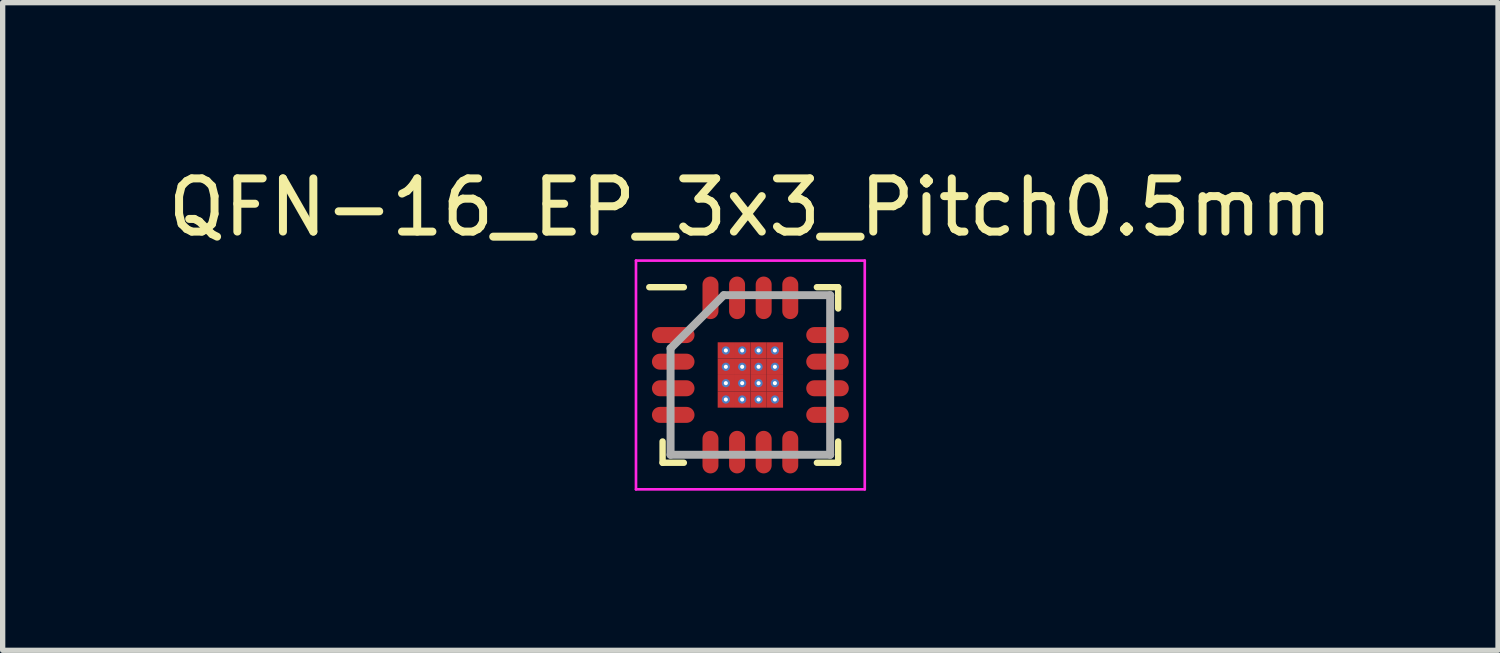
<source format=kicad_pcb>
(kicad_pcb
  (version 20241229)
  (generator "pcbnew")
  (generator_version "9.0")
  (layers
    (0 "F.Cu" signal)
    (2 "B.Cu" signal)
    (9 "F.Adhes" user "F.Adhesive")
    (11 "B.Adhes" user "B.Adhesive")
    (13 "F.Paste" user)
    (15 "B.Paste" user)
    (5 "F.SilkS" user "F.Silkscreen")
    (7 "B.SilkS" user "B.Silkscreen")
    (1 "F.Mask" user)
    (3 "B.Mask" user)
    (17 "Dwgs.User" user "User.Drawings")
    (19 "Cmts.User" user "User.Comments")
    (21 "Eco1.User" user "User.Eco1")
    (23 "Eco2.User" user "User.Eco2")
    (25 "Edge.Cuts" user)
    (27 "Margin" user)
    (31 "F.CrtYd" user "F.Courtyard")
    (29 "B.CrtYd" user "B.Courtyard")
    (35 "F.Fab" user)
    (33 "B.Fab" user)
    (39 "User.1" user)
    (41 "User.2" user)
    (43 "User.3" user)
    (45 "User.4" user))
  (footprint "QFN-16_EP_3x3_Pitch0.5mm"
    (layer "F.Cu")
    (at 11.054 3.998)
    (property "Reference" "QFN-16_EP_3x3_Pitch0.5mm" (at 0 -3.15 0) (layer "F.SilkS") (effects (font (size 1 1) (thickness 0.15))))
    (attr through_hole)
    (fp_line (start -1.65 1.65) (end -1.65 1.25) (stroke (width 0.12) (type solid)) (layer "F.SilkS"))
    (fp_line (start -1.25 -1.65) (end -1.9 -1.65) (stroke (width 0.12) (type solid)) (layer "F.SilkS"))
    (fp_line (start -1.25 1.65) (end -1.65 1.65) (stroke (width 0.12) (type solid)) (layer "F.SilkS"))
    (fp_line (start 1.25 -1.65) (end 1.65 -1.65) (stroke (width 0.12) (type solid)) (layer "F.SilkS"))
    (fp_line (start 1.25 1.65) (end 1.65 1.65) (stroke (width 0.12) (type solid)) (layer "F.SilkS"))
    (fp_line (start 1.65 -1.65) (end 1.65 -1.25) (stroke (width 0.12) (type solid)) (layer "F.SilkS"))
    (fp_line (start 1.65 1.65) (end 1.65 1.25) (stroke (width 0.12) (type solid)) (layer "F.SilkS"))
    (fp_line (start -2.15 -2.15) (end 2.15 -2.15) (stroke (width 0.05) (type solid)) (layer "F.CrtYd"))
    (fp_line (start -2.15 2.15) (end -2.15 -2.15) (stroke (width 0.05) (type solid)) (layer "F.CrtYd"))
    (fp_line (start 2.15 -2.15) (end 2.15 2.15) (stroke (width 0.05) (type solid)) (layer "F.CrtYd"))
    (fp_line (start 2.15 2.15) (end -2.15 2.15) (stroke (width 0.05) (type solid)) (layer "F.CrtYd"))
    (fp_line (start -1.5 -0.5) (end -1.5 1.5) (stroke (width 0.15) (type solid)) (layer "F.Fab"))
    (fp_line (start -1.5 1.5) (end 1.5 1.5) (stroke (width 0.15) (type solid)) (layer "F.Fab"))
    (fp_line (start -0.5 -1.5) (end -1.5 -0.5) (stroke (width 0.15) (type solid)) (layer "F.Fab"))
    (fp_line (start 1.5 -1.5) (end -0.5 -1.5) (stroke (width 0.15) (type solid)) (layer "F.Fab"))
    (fp_line (start 1.5 1.5) (end 1.5 -1.5) (stroke (width 0.15) (type solid)) (layer "F.Fab"))
    (pad "1" smd oval (at -1.45 -0.75 90) (size 0.3 0.8) (layers "F.Cu" "F.Mask" "F.Paste"))
    (pad "2" smd oval (at -1.45 -0.25 90) (size 0.3 0.8) (layers "F.Cu" "F.Mask" "F.Paste"))
    (pad "3" smd oval (at -1.45 0.25 90) (size 0.3 0.8) (layers "F.Cu" "F.Mask" "F.Paste"))
    (pad "4" smd oval (at -1.45 0.75 90) (size 0.3 0.8) (layers "F.Cu" "F.Mask" "F.Paste"))
    (pad "5" smd oval (at -0.75 1.45) (size 0.3 0.8) (layers "F.Cu" "F.Mask" "F.Paste"))
    (pad "6" smd oval (at -0.25 1.45) (size 0.3 0.8) (layers "F.Cu" "F.Mask" "F.Paste"))
    (pad "7" smd oval (at 0.25 1.45) (size 0.3 0.8) (layers "F.Cu" "F.Mask" "F.Paste"))
    (pad "8" smd oval (at 0.75 1.45) (size 0.3 0.8) (layers "F.Cu" "F.Mask" "F.Paste"))
    (pad "9" smd oval (at 1.45 0.75 90) (size 0.3 0.8) (layers "F.Cu" "F.Mask" "F.Paste"))
    (pad "10" smd oval (at 1.45 0.25 90) (size 0.3 0.8) (layers "F.Cu" "F.Mask" "F.Paste"))
    (pad "11" smd oval (at 1.45 -0.25 90) (size 0.3 0.8) (layers "F.Cu" "F.Mask" "F.Paste"))
    (pad "12" smd oval (at 1.45 -0.75 90) (size 0.3 0.8) (layers "F.Cu" "F.Mask" "F.Paste"))
    (pad "13" smd oval (at 0.75 -1.45) (size 0.3 0.8) (layers "F.Cu" "F.Mask" "F.Paste"))
    (pad "14" smd oval (at 0.25 -1.45) (size 0.3 0.8) (layers "F.Cu" "F.Mask" "F.Paste"))
    (pad "15" smd oval (at -0.25 -1.45) (size 0.3 0.8) (layers "F.Cu" "F.Mask" "F.Paste"))
    (pad "16" smd oval (at -0.75 -1.45) (size 0.3 0.8) (layers "F.Cu" "F.Mask" "F.Paste"))
    (pad "17" thru_hole circle (at -0.461 -0.461) (size 0.154 0.154) (drill 0.077) (layers "*.Cu" "*.Mask"))
    (pad "17" smd rect (at -0.461 -0.461) (size 0.307 0.307) (layers "F.Cu" "F.Mask" "F.Paste"))
    (pad "17" thru_hole circle (at -0.461 -0.154) (size 0.154 0.154) (drill 0.077) (layers "*.Cu" "*.Mask"))
    (pad "17" smd rect (at -0.461 -0.154) (size 0.307 0.307) (layers "F.Cu" "F.Mask" "F.Paste"))
    (pad "17" thru_hole circle (at -0.461 0.154) (size 0.154 0.154) (drill 0.077) (layers "*.Cu" "*.Mask"))
    (pad "17" smd rect (at -0.461 0.154) (size 0.307 0.307) (layers "F.Cu" "F.Mask" "F.Paste"))
    (pad "17" thru_hole circle (at -0.461 0.461) (size 0.154 0.154) (drill 0.077) (layers "*.Cu" "*.Mask"))
    (pad "17" smd rect (at -0.461 0.461) (size 0.307 0.307) (layers "F.Cu" "F.Mask" "F.Paste"))
    (pad "17" thru_hole circle (at -0.154 -0.461) (size 0.154 0.154) (drill 0.077) (layers "*.Cu" "*.Mask"))
    (pad "17" smd rect (at -0.154 -0.461) (size 0.307 0.307) (layers "F.Cu" "F.Mask" "F.Paste"))
    (pad "17" thru_hole circle (at -0.154 -0.154) (size 0.154 0.154) (drill 0.077) (layers "*.Cu" "*.Mask"))
    (pad "17" smd rect (at -0.154 -0.154) (size 0.307 0.307) (layers "F.Cu" "F.Mask" "F.Paste"))
    (pad "17" thru_hole circle (at -0.154 0.154) (size 0.154 0.154) (drill 0.077) (layers "*.Cu" "*.Mask"))
    (pad "17" smd rect (at -0.154 0.154) (size 0.307 0.307) (layers "F.Cu" "F.Mask" "F.Paste"))
    (pad "17" thru_hole circle (at -0.154 0.461) (size 0.154 0.154) (drill 0.077) (layers "*.Cu" "*.Mask"))
    (pad "17" smd rect (at -0.154 0.461) (size 0.307 0.307) (layers "F.Cu" "F.Mask" "F.Paste"))
    (pad "17" thru_hole circle (at 0.154 -0.461) (size 0.154 0.154) (drill 0.077) (layers "*.Cu" "*.Mask"))
    (pad "17" smd rect (at 0.154 -0.461) (size 0.307 0.307) (layers "F.Cu" "F.Mask" "F.Paste"))
    (pad "17" thru_hole circle (at 0.154 -0.154) (size 0.154 0.154) (drill 0.077) (layers "*.Cu" "*.Mask"))
    (pad "17" smd rect (at 0.154 -0.154) (size 0.307 0.307) (layers "F.Cu" "F.Mask" "F.Paste"))
    (pad "17" thru_hole circle (at 0.154 0.154) (size 0.154 0.154) (drill 0.077) (layers "*.Cu" "*.Mask"))
    (pad "17" smd rect (at 0.154 0.154) (size 0.307 0.307) (layers "F.Cu" "F.Mask" "F.Paste"))
    (pad "17" thru_hole circle (at 0.154 0.461) (size 0.154 0.154) (drill 0.077) (layers "*.Cu" "*.Mask"))
    (pad "17" smd rect (at 0.154 0.461) (size 0.307 0.307) (layers "F.Cu" "F.Mask" "F.Paste"))
    (pad "17" thru_hole circle (at 0.461 -0.461) (size 0.154 0.154) (drill 0.077) (layers "*.Cu" "*.Mask"))
    (pad "17" smd rect (at 0.461 -0.461) (size 0.307 0.307) (layers "F.Cu" "F.Mask" "F.Paste"))
    (pad "17" thru_hole circle (at 0.461 -0.154) (size 0.154 0.154) (drill 0.077) (layers "*.Cu" "*.Mask"))
    (pad "17" smd rect (at 0.461 -0.154) (size 0.307 0.307) (layers "F.Cu" "F.Mask" "F.Paste"))
    (pad "17" thru_hole circle (at 0.461 0.154) (size 0.154 0.154) (drill 0.077) (layers "*.Cu" "*.Mask"))
    (pad "17" smd rect (at 0.461 0.154) (size 0.307 0.307) (layers "F.Cu" "F.Mask" "F.Paste"))
    (pad "17" thru_hole circle (at 0.461 0.461) (size 0.154 0.154) (drill 0.077) (layers "*.Cu" "*.Mask"))
    (pad "17" smd rect (at 0.461 0.461) (size 0.307 0.307) (layers "F.Cu" "F.Mask" "F.Paste")))
  (gr_rect
    (start -3 -3)
    (end 25.107 9.173)
    (stroke (width 0.1) (type default))
    (fill no)
    (layer "Edge.Cuts")))
</source>
